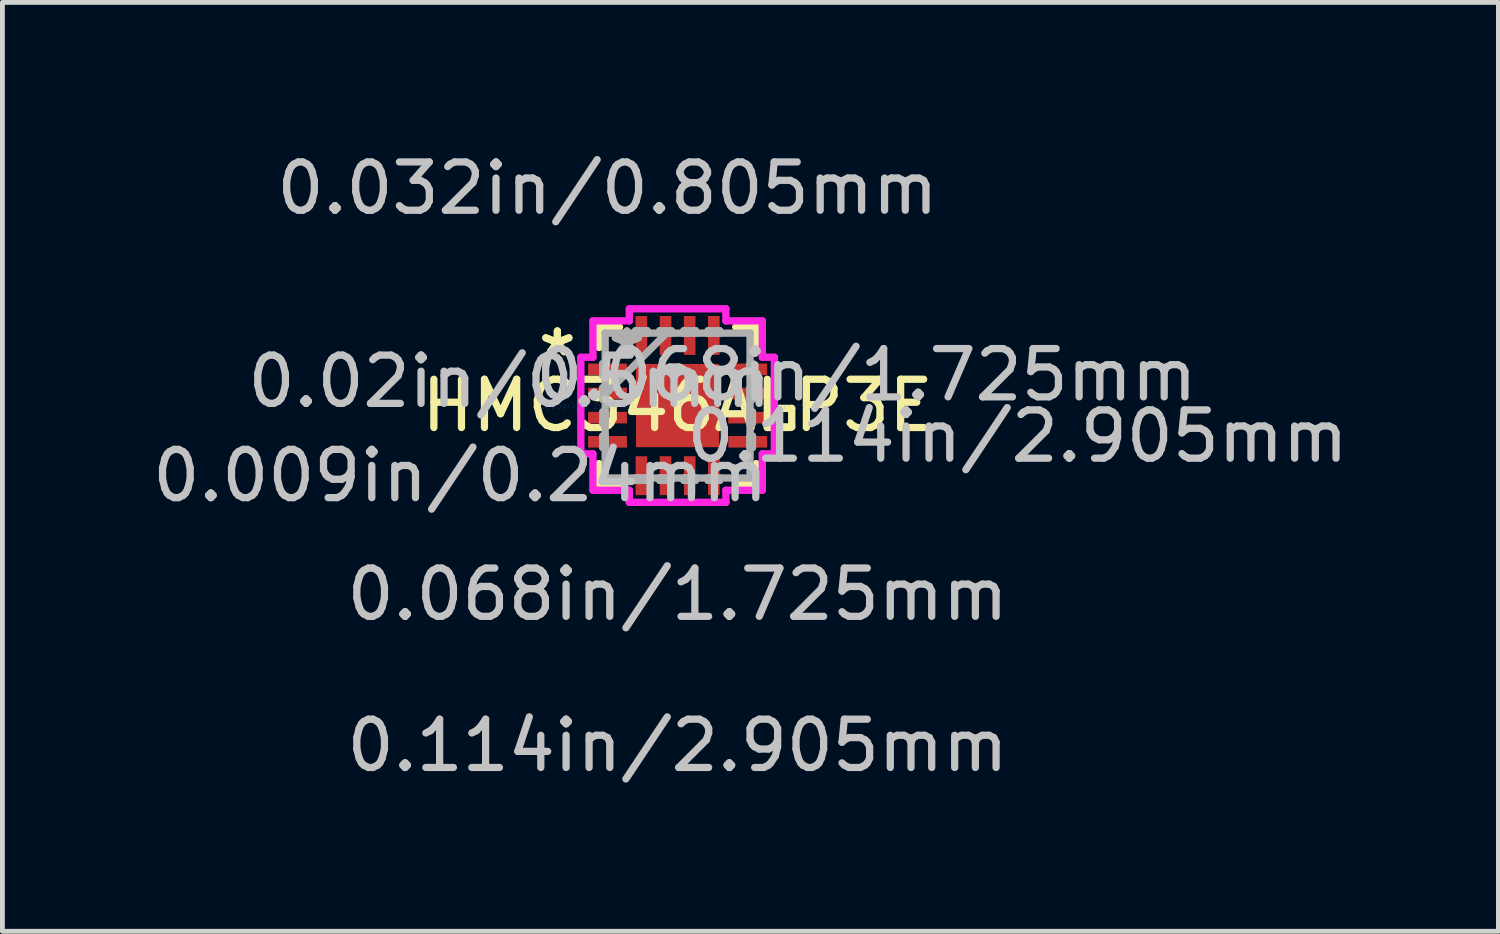
<source format=kicad_pcb>
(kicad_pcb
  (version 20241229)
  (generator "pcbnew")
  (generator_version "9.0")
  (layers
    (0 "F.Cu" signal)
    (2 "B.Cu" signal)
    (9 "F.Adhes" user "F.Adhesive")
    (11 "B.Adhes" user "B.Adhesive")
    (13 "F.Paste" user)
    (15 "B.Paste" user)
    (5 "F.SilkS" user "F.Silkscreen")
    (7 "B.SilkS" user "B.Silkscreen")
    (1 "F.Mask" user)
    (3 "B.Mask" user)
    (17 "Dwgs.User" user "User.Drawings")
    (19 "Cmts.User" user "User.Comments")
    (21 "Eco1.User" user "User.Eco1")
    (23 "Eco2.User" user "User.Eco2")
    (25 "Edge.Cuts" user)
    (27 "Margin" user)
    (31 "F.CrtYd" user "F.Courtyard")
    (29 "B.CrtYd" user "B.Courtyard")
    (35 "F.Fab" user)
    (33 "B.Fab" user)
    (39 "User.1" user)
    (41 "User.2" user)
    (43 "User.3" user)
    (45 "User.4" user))
  (footprint "HMC346ALP3E"
    (layer "F.Cu")
    (at 10.983 5.349)
    (property "Reference" "HMC346ALP3E" (at 0 0 0) (layer "F.SilkS") (effects (font (size 1 1) (thickness 0.15))))
    (attr through_hole)
    (fp_line (start -1.627 -1.627) (end -1.627 -1.203) (stroke (width 0.152) (type solid)) (layer "F.SilkS"))
    (fp_line (start -1.627 1.203) (end -1.627 1.627) (stroke (width 0.152) (type solid)) (layer "F.SilkS"))
    (fp_line (start -1.627 1.627) (end -1.203 1.627) (stroke (width 0.152) (type solid)) (layer "F.SilkS"))
    (fp_line (start -1.203 -1.627) (end -1.627 -1.627) (stroke (width 0.152) (type solid)) (layer "F.SilkS"))
    (fp_line (start 1.203 1.627) (end 1.627 1.627) (stroke (width 0.152) (type solid)) (layer "F.SilkS"))
    (fp_line (start 1.627 -1.627) (end 1.203 -1.627) (stroke (width 0.152) (type solid)) (layer "F.SilkS"))
    (fp_line (start 1.627 -1.203) (end 1.627 -1.627) (stroke (width 0.152) (type solid)) (layer "F.SilkS"))
    (fp_line (start 1.627 1.627) (end 1.627 1.203) (stroke (width 0.152) (type solid)) (layer "F.SilkS"))
    (fp_line (start 2.109 0.059) (end 2.363 0.059) (stroke (width 0.152) (type solid)) (layer "F.SilkS"))
    (fp_line (start 2.109 0.441) (end 2.109 0.059) (stroke (width 0.152) (type solid)) (layer "F.SilkS"))
    (fp_line (start 2.363 0.059) (end 2.363 0.441) (stroke (width 0.152) (type solid)) (layer "F.SilkS"))
    (fp_line (start 2.363 0.441) (end 2.109 0.441) (stroke (width 0.152) (type solid)) (layer "F.SilkS"))
    (fp_line (start -0.863 -0.863) (end -0.863 0.863) (stroke (width 0.152) (type solid)) (layer "F.Paste"))
    (fp_line (start -0.863 0.863) (end 0.863 0.863) (stroke (width 0.152) (type solid)) (layer "F.Paste"))
    (fp_line (start 0.863 -0.863) (end -0.863 -0.863) (stroke (width 0.152) (type solid)) (layer "F.Paste"))
    (fp_line (start 0.863 0.863) (end 0.863 -0.863) (stroke (width 0.152) (type solid)) (layer "F.Paste"))
    (fp_line (start -2.004 -1) (end -1.754 -1) (stroke (width 0.152) (type solid)) (layer "F.CrtYd"))
    (fp_line (start -2.004 1) (end -2.004 -1) (stroke (width 0.152) (type solid)) (layer "F.CrtYd"))
    (fp_line (start -1.754 -1.754) (end -1 -1.754) (stroke (width 0.152) (type solid)) (layer "F.CrtYd"))
    (fp_line (start -1.754 -1) (end -1.754 -1.754) (stroke (width 0.152) (type solid)) (layer "F.CrtYd"))
    (fp_line (start -1.754 1) (end -2.004 1) (stroke (width 0.152) (type solid)) (layer "F.CrtYd"))
    (fp_line (start -1.754 1.754) (end -1.754 1) (stroke (width 0.152) (type solid)) (layer "F.CrtYd"))
    (fp_line (start -1 -2.004) (end 1 -2.004) (stroke (width 0.152) (type solid)) (layer "F.CrtYd"))
    (fp_line (start -1 -1.754) (end -1 -2.004) (stroke (width 0.152) (type solid)) (layer "F.CrtYd"))
    (fp_line (start -1 1.754) (end -1.754 1.754) (stroke (width 0.152) (type solid)) (layer "F.CrtYd"))
    (fp_line (start -1 2.004) (end -1 1.754) (stroke (width 0.152) (type solid)) (layer "F.CrtYd"))
    (fp_line (start 1 -2.004) (end 1 -1.754) (stroke (width 0.152) (type solid)) (layer "F.CrtYd"))
    (fp_line (start 1 -1.754) (end 1.754 -1.754) (stroke (width 0.152) (type solid)) (layer "F.CrtYd"))
    (fp_line (start 1 1.754) (end 1 2.004) (stroke (width 0.152) (type solid)) (layer "F.CrtYd"))
    (fp_line (start 1 2.004) (end -1 2.004) (stroke (width 0.152) (type solid)) (layer "F.CrtYd"))
    (fp_line (start 1.754 -1.754) (end 1.754 -1) (stroke (width 0.152) (type solid)) (layer "F.CrtYd"))
    (fp_line (start 1.754 -1) (end 2.004 -1) (stroke (width 0.152) (type solid)) (layer "F.CrtYd"))
    (fp_line (start 1.754 1) (end 1.754 1.754) (stroke (width 0.152) (type solid)) (layer "F.CrtYd"))
    (fp_line (start 1.754 1.754) (end 1 1.754) (stroke (width 0.152) (type solid)) (layer "F.CrtYd"))
    (fp_line (start 2.004 -1) (end 2.004 1) (stroke (width 0.152) (type solid)) (layer "F.CrtYd"))
    (fp_line (start 2.004 1) (end 1.754 1) (stroke (width 0.152) (type solid)) (layer "F.CrtYd"))
    (fp_line (start -1.55 -0.87) (end -1.55 -0.63) (stroke (width 0.152) (type solid)) (layer "F.Fab"))
    (fp_line (start -1.55 -0.63) (end -1.5 -0.63) (stroke (width 0.152) (type solid)) (layer "F.Fab"))
    (fp_line (start -1.55 -0.37) (end -1.55 -0.13) (stroke (width 0.152) (type solid)) (layer "F.Fab"))
    (fp_line (start -1.55 -0.13) (end -1.5 -0.13) (stroke (width 0.152) (type solid)) (layer "F.Fab"))
    (fp_line (start -1.55 0.13) (end -1.55 0.37) (stroke (width 0.152) (type solid)) (layer "F.Fab"))
    (fp_line (start -1.55 0.37) (end -1.5 0.37) (stroke (width 0.152) (type solid)) (layer "F.Fab"))
    (fp_line (start -1.55 0.63) (end -1.55 0.87) (stroke (width 0.152) (type solid)) (layer "F.Fab"))
    (fp_line (start -1.55 0.87) (end -1.5 0.87) (stroke (width 0.152) (type solid)) (layer "F.Fab"))
    (fp_line (start -1.5 -1.5) (end -1.5 -1.5) (stroke (width 0.152) (type solid)) (layer "F.Fab"))
    (fp_line (start -1.5 -1.5) (end -1.5 1.5) (stroke (width 0.152) (type solid)) (layer "F.Fab"))
    (fp_line (start -1.5 -0.87) (end -1.55 -0.87) (stroke (width 0.152) (type solid)) (layer "F.Fab"))
    (fp_line (start -1.5 -0.63) (end -1.5 -0.87) (stroke (width 0.152) (type solid)) (layer "F.Fab"))
    (fp_line (start -1.5 -0.37) (end -1.55 -0.37) (stroke (width 0.152) (type solid)) (layer "F.Fab"))
    (fp_line (start -1.5 -0.23) (end -0.23 -1.5) (stroke (width 0.152) (type solid)) (layer "F.Fab"))
    (fp_line (start -1.5 -0.13) (end -1.5 -0.37) (stroke (width 0.152) (type solid)) (layer "F.Fab"))
    (fp_line (start -1.5 0.13) (end -1.55 0.13) (stroke (width 0.152) (type solid)) (layer "F.Fab"))
    (fp_line (start -1.5 0.37) (end -1.5 0.13) (stroke (width 0.152) (type solid)) (layer "F.Fab"))
    (fp_line (start -1.5 0.63) (end -1.55 0.63) (stroke (width 0.152) (type solid)) (layer "F.Fab"))
    (fp_line (start -1.5 0.87) (end -1.5 0.63) (stroke (width 0.152) (type solid)) (layer "F.Fab"))
    (fp_line (start -1.5 1.5) (end -1.5 1.5) (stroke (width 0.152) (type solid)) (layer "F.Fab"))
    (fp_line (start -1.5 1.5) (end 1.5 1.5) (stroke (width 0.152) (type solid)) (layer "F.Fab"))
    (fp_line (start -0.87 -1.55) (end -0.87 -1.5) (stroke (width 0.152) (type solid)) (layer "F.Fab"))
    (fp_line (start -0.87 -1.5) (end -0.63 -1.5) (stroke (width 0.152) (type solid)) (layer "F.Fab"))
    (fp_line (start -0.87 1.5) (end -0.87 1.55) (stroke (width 0.152) (type solid)) (layer "F.Fab"))
    (fp_line (start -0.87 1.55) (end -0.63 1.55) (stroke (width 0.152) (type solid)) (layer "F.Fab"))
    (fp_line (start -0.63 -1.55) (end -0.87 -1.55) (stroke (width 0.152) (type solid)) (layer "F.Fab"))
    (fp_line (start -0.63 -1.5) (end -0.63 -1.55) (stroke (width 0.152) (type solid)) (layer "F.Fab"))
    (fp_line (start -0.63 1.5) (end -0.87 1.5) (stroke (width 0.152) (type solid)) (layer "F.Fab"))
    (fp_line (start -0.63 1.55) (end -0.63 1.5) (stroke (width 0.152) (type solid)) (layer "F.Fab"))
    (fp_line (start -0.37 -1.55) (end -0.37 -1.5) (stroke (width 0.152) (type solid)) (layer "F.Fab"))
    (fp_line (start -0.37 -1.5) (end -0.13 -1.5) (stroke (width 0.152) (type solid)) (layer "F.Fab"))
    (fp_line (start -0.37 1.5) (end -0.37 1.55) (stroke (width 0.152) (type solid)) (layer "F.Fab"))
    (fp_line (start -0.37 1.55) (end -0.13 1.55) (stroke (width 0.152) (type solid)) (layer "F.Fab"))
    (fp_line (start -0.13 -1.55) (end -0.37 -1.55) (stroke (width 0.152) (type solid)) (layer "F.Fab"))
    (fp_line (start -0.13 -1.5) (end -0.13 -1.55) (stroke (width 0.152) (type solid)) (layer "F.Fab"))
    (fp_line (start -0.13 1.5) (end -0.37 1.5) (stroke (width 0.152) (type solid)) (layer "F.Fab"))
    (fp_line (start -0.13 1.55) (end -0.13 1.5) (stroke (width 0.152) (type solid)) (layer "F.Fab"))
    (fp_line (start 0.13 -1.55) (end 0.13 -1.5) (stroke (width 0.152) (type solid)) (layer "F.Fab"))
    (fp_line (start 0.13 -1.5) (end 0.37 -1.5) (stroke (width 0.152) (type solid)) (layer "F.Fab"))
    (fp_line (start 0.13 1.5) (end 0.13 1.55) (stroke (width 0.152) (type solid)) (layer "F.Fab"))
    (fp_line (start 0.13 1.55) (end 0.37 1.55) (stroke (width 0.152) (type solid)) (layer "F.Fab"))
    (fp_line (start 0.37 -1.55) (end 0.13 -1.55) (stroke (width 0.152) (type solid)) (layer "F.Fab"))
    (fp_line (start 0.37 -1.5) (end 0.37 -1.55) (stroke (width 0.152) (type solid)) (layer "F.Fab"))
    (fp_line (start 0.37 1.5) (end 0.13 1.5) (stroke (width 0.152) (type solid)) (layer "F.Fab"))
    (fp_line (start 0.37 1.55) (end 0.37 1.5) (stroke (width 0.152) (type solid)) (layer "F.Fab"))
    (fp_line (start 0.63 -1.55) (end 0.63 -1.5) (stroke (width 0.152) (type solid)) (layer "F.Fab"))
    (fp_line (start 0.63 -1.5) (end 0.87 -1.5) (stroke (width 0.152) (type solid)) (layer "F.Fab"))
    (fp_line (start 0.63 1.5) (end 0.63 1.55) (stroke (width 0.152) (type solid)) (layer "F.Fab"))
    (fp_line (start 0.63 1.55) (end 0.87 1.55) (stroke (width 0.152) (type solid)) (layer "F.Fab"))
    (fp_line (start 0.87 -1.55) (end 0.63 -1.55) (stroke (width 0.152) (type solid)) (layer "F.Fab"))
    (fp_line (start 0.87 -1.5) (end 0.87 -1.55) (stroke (width 0.152) (type solid)) (layer "F.Fab"))
    (fp_line (start 0.87 1.5) (end 0.63 1.5) (stroke (width 0.152) (type solid)) (layer "F.Fab"))
    (fp_line (start 0.87 1.55) (end 0.87 1.5) (stroke (width 0.152) (type solid)) (layer "F.Fab"))
    (fp_line (start 1.5 -1.5) (end -1.5 -1.5) (stroke (width 0.152) (type solid)) (layer "F.Fab"))
    (fp_line (start 1.5 -1.5) (end 1.5 -1.5) (stroke (width 0.152) (type solid)) (layer "F.Fab"))
    (fp_line (start 1.5 -0.87) (end 1.5 -0.63) (stroke (width 0.152) (type solid)) (layer "F.Fab"))
    (fp_line (start 1.5 -0.63) (end 1.55 -0.63) (stroke (width 0.152) (type solid)) (layer "F.Fab"))
    (fp_line (start 1.5 -0.37) (end 1.5 -0.13) (stroke (width 0.152) (type solid)) (layer "F.Fab"))
    (fp_line (start 1.5 -0.13) (end 1.55 -0.13) (stroke (width 0.152) (type solid)) (layer "F.Fab"))
    (fp_line (start 1.5 0.13) (end 1.5 0.37) (stroke (width 0.152) (type solid)) (layer "F.Fab"))
    (fp_line (start 1.5 0.37) (end 1.55 0.37) (stroke (width 0.152) (type solid)) (layer "F.Fab"))
    (fp_line (start 1.5 0.63) (end 1.5 0.87) (stroke (width 0.152) (type solid)) (layer "F.Fab"))
    (fp_line (start 1.5 0.87) (end 1.55 0.87) (stroke (width 0.152) (type solid)) (layer "F.Fab"))
    (fp_line (start 1.5 1.5) (end 1.5 -1.5) (stroke (width 0.152) (type solid)) (layer "F.Fab"))
    (fp_line (start 1.5 1.5) (end 1.5 1.5) (stroke (width 0.152) (type solid)) (layer "F.Fab"))
    (fp_line (start 1.55 -0.87) (end 1.5 -0.87) (stroke (width 0.152) (type solid)) (layer "F.Fab"))
    (fp_line (start 1.55 -0.63) (end 1.55 -0.87) (stroke (width 0.152) (type solid)) (layer "F.Fab"))
    (fp_line (start 1.55 -0.37) (end 1.5 -0.37) (stroke (width 0.152) (type solid)) (layer "F.Fab"))
    (fp_line (start 1.55 -0.13) (end 1.55 -0.37) (stroke (width 0.152) (type solid)) (layer "F.Fab"))
    (fp_line (start 1.55 0.13) (end 1.5 0.13) (stroke (width 0.152) (type solid)) (layer "F.Fab"))
    (fp_line (start 1.55 0.37) (end 1.55 0.13) (stroke (width 0.152) (type solid)) (layer "F.Fab"))
    (fp_line (start 1.55 0.63) (end 1.5 0.63) (stroke (width 0.152) (type solid)) (layer "F.Fab"))
    (fp_line (start 1.55 0.87) (end 1.55 0.63) (stroke (width 0.152) (type solid)) (layer "F.Fab"))
    (fp_text user "*" (at -2.49 -1 0) (layer "F.SilkS") (effects (font (size 1 1) (thickness 0.15))))
    (fp_text user "*" (at -2.49 -1 0) (layer "F.SilkS") (effects (font (size 1 1) (thickness 0.15))))
    (fp_text user "0.032in/0.805mm" (at -1.452 -4.5 0) (layer "Dwgs.User") (effects (font (size 1 1) (thickness 0.15))))
    (fp_text user "0.068in/1.725mm" (at 3.91 -0.635 0) (layer "Dwgs.User") (effects (font (size 1 1) (thickness 0.15))))
    (fp_text user "0.068in/1.725mm" (at 0 3.91 0) (layer "Dwgs.User") (effects (font (size 1 1) (thickness 0.15))))
    (fp_text user "0.02in/0.5mm" (at -3.48 -0.5 0) (layer "Dwgs.User") (effects (font (size 1 1) (thickness 0.15))))
    (fp_text user "0.114in/2.905mm" (at 7.04 0.635 0) (layer "Dwgs.User") (effects (font (size 1 1) (thickness 0.15))))
    (fp_text user "0.114in/2.905mm" (at 0 7.04 0) (layer "Dwgs.User") (effects (font (size 1 1) (thickness 0.15))))
    (fp_text user "0.009in/0.24mm" (at -4.5 1.452 0) (layer "Dwgs.User") (effects (font (size 1 1) (thickness 0.15))))
    (fp_text user "Copyright 2016 Accelerated Designs. All rights reserved." (at 0 0 0) (layer "Cmts.User") (effects (font (size 0.127 0.127) (thickness 0.002))))
    (fp_text user "*" (at -1.05 -1 0) (layer "F.Fab") (effects (font (size 1 1) (thickness 0.15))))
    (fp_text user "*" (at -1.05 -1 0) (layer "F.Fab") (effects (font (size 1 1) (thickness 0.15))))
    (pad "1" smd rect (at -1.452 -0.75 90) (size 0.24 0.805) (layers "F.Cu" "F.Mask" "F.Paste"))
    (pad "2" smd rect (at -1.452 -0.25 90) (size 0.24 0.805) (layers "F.Cu" "F.Mask" "F.Paste"))
    (pad "3" smd rect (at -1.452 0.25 90) (size 0.24 0.805) (layers "F.Cu" "F.Mask" "F.Paste"))
    (pad "4" smd rect (at -1.452 0.75 90) (size 0.24 0.805) (layers "F.Cu" "F.Mask" "F.Paste"))
    (pad "5" smd rect (at -0.75 1.452) (size 0.24 0.805) (layers "F.Cu" "F.Mask" "F.Paste"))
    (pad "6" smd rect (at -0.25 1.452) (size 0.24 0.805) (layers "F.Cu" "F.Mask" "F.Paste"))
    (pad "7" smd rect (at 0.25 1.452) (size 0.24 0.805) (layers "F.Cu" "F.Mask" "F.Paste"))
    (pad "8" smd rect (at 0.75 1.452) (size 0.24 0.805) (layers "F.Cu" "F.Mask" "F.Paste"))
    (pad "9" smd rect (at 1.452 0.75 90) (size 0.24 0.805) (layers "F.Cu" "F.Mask" "F.Paste"))
    (pad "10" smd rect (at 1.452 0.25 90) (size 0.24 0.805) (layers "F.Cu" "F.Mask" "F.Paste"))
    (pad "11" smd rect (at 1.452 -0.25 90) (size 0.24 0.805) (layers "F.Cu" "F.Mask" "F.Paste"))
    (pad "12" smd rect (at 1.452 -0.75 90) (size 0.24 0.805) (layers "F.Cu" "F.Mask" "F.Paste"))
    (pad "13" smd rect (at 0.75 -1.452) (size 0.24 0.805) (layers "F.Cu" "F.Mask" "F.Paste"))
    (pad "14" smd rect (at 0.25 -1.452) (size 0.24 0.805) (layers "F.Cu" "F.Mask" "F.Paste"))
    (pad "15" smd rect (at -0.25 -1.452) (size 0.24 0.805) (layers "F.Cu" "F.Mask" "F.Paste"))
    (pad "16" smd rect (at -0.75 -1.452) (size 0.24 0.805) (layers "F.Cu" "F.Mask" "F.Paste"))
    (pad "17" smd rect (at 0 0) (size 1.725 1.725) (layers "F.Cu" "F.Mask" "F.Paste")))
  (gr_rect
    (start -3 -3)
    (end 27.981 16.237)
    (stroke (width 0.1) (type default))
    (fill no)
    (layer "Edge.Cuts")))
</source>
